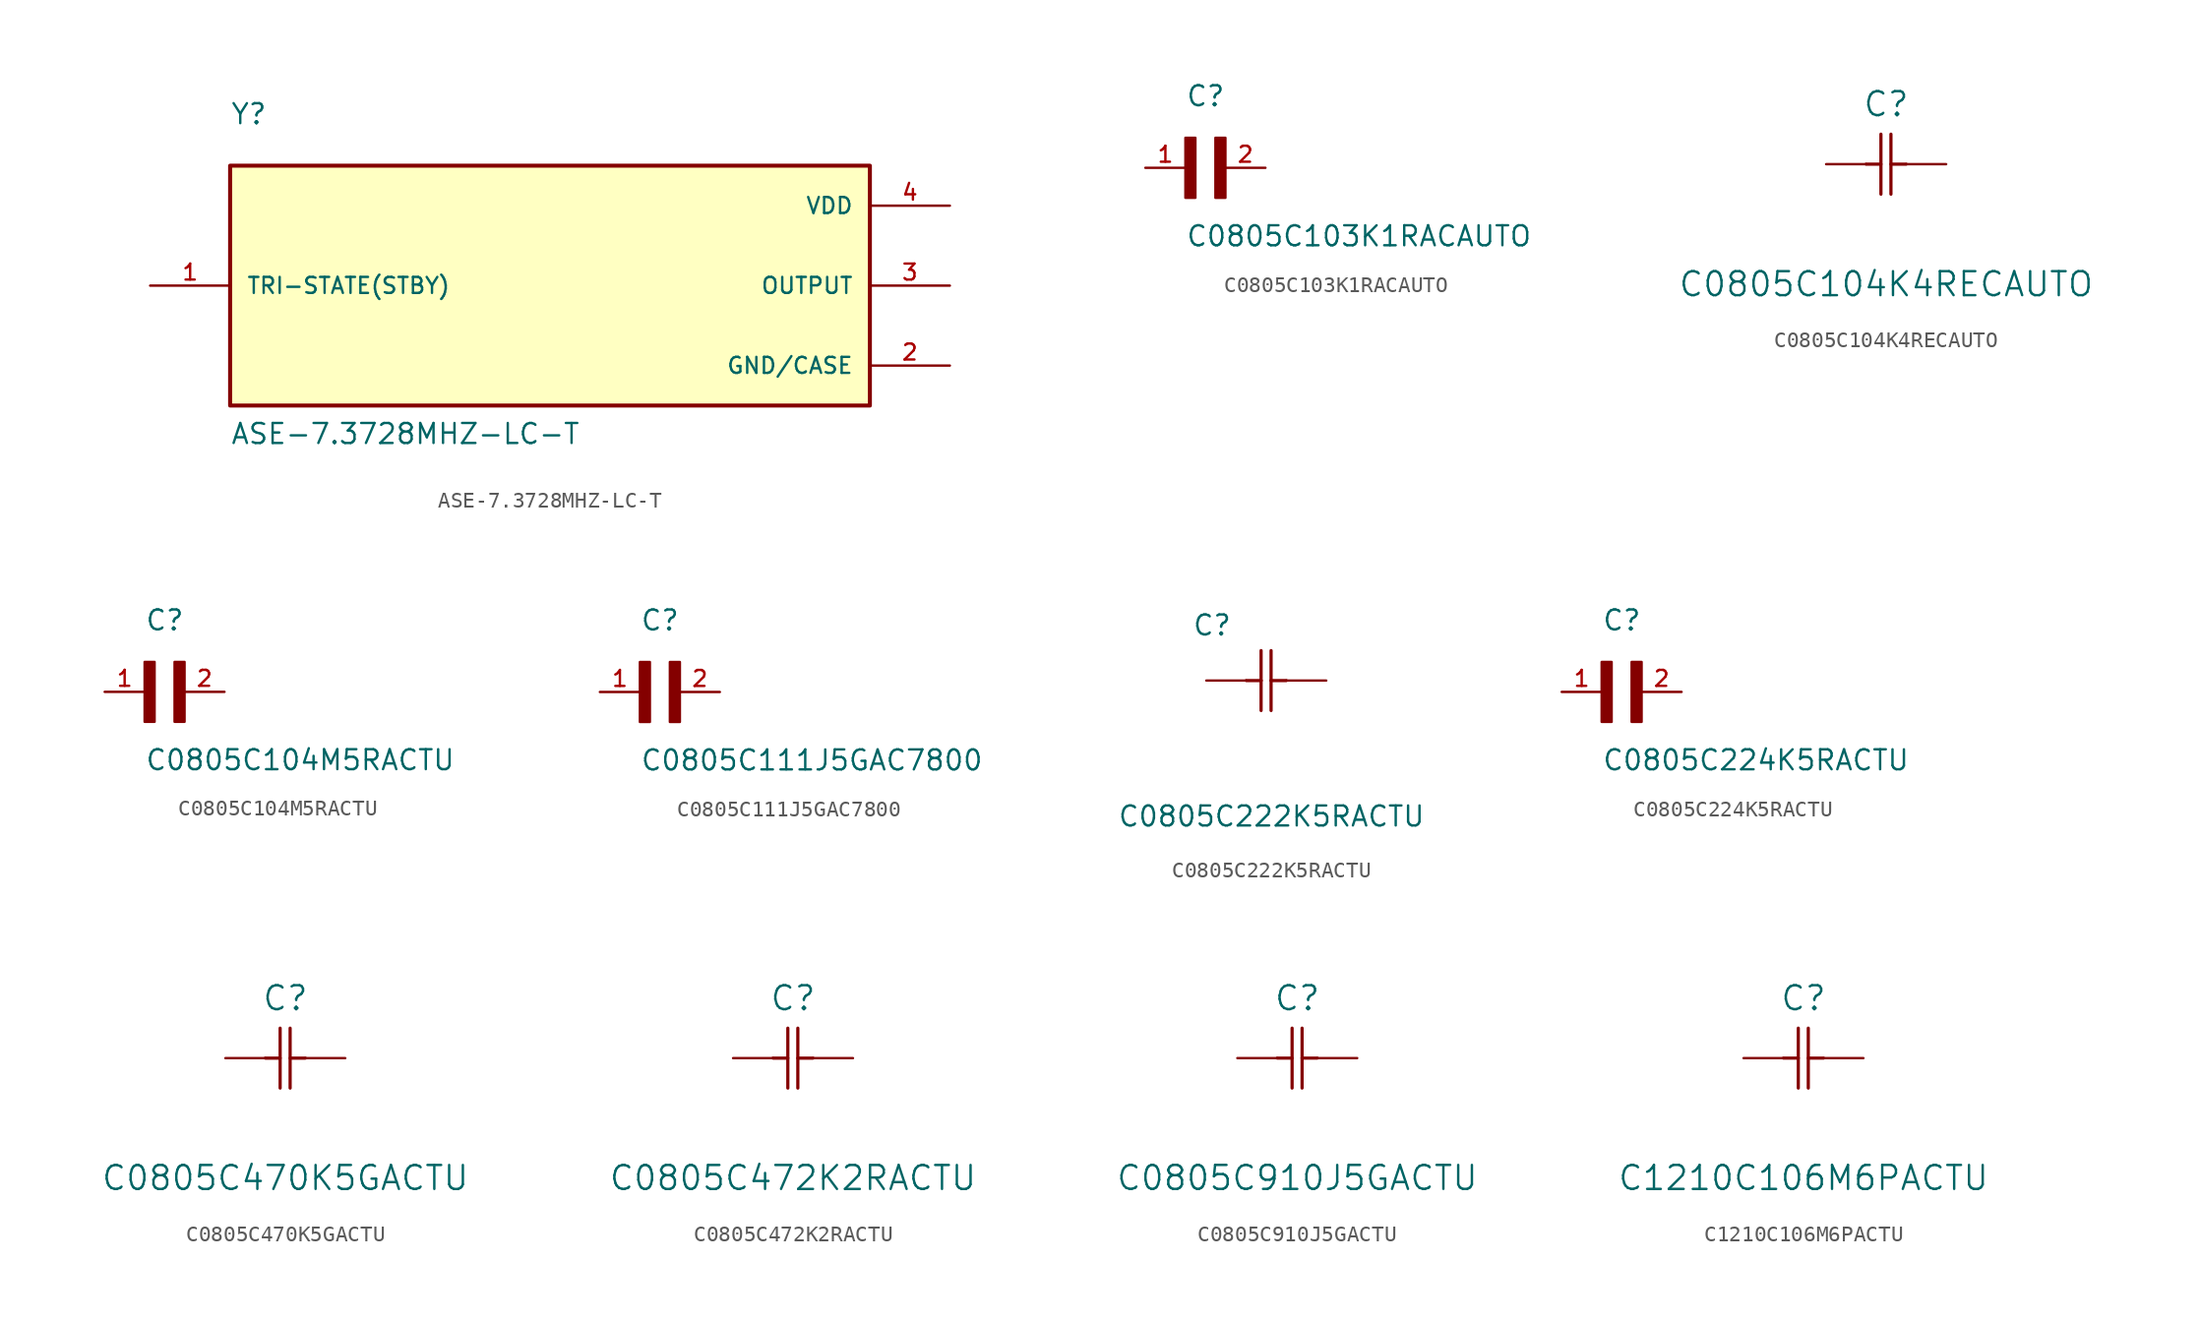
<source format=kicad_sym>
(kicad_symbol_lib
  (version 20220914)
  (generator kicad_symbol_editor)
  (symbol "ASE-7.3728MHZ-LC-T"
    (pin_names
      (offset 1.016))
    (property "Reference" "Y"
      (at -20.32 10.16 0)
      (effects (font (size 1.27 1.27)) (justify left bottom)))
    (property "Value" "ASE-7.3728MHZ-LC-T"
      (at -20.32 -10.16 0)
      (effects (font (size 1.27 1.27)) (justify left bottom)))
    (symbol "ASE-7.3728MHZ-LC-T_0_0"
      (rectangle (start -20.32 -7.62) (end 20.32 7.62) (stroke (width 0.254) (type default)) (fill (type background)))
      (pin passive line (at -25.4 0 0) (length 5.08) (name "TRI-STATE(STBY)" (effects (font (size 1.016 1.016)))) (number "1" (effects (font (size 1.016 1.016)))))
      (pin power_in line (at 25.4 -5.08 180) (length 5.08) (name "GND/CASE" (effects (font (size 1.016 1.016)))) (number "2" (effects (font (size 1.016 1.016)))))
      (pin output line (at 25.4 0 180) (length 5.08) (name "OUTPUT" (effects (font (size 1.016 1.016)))) (number "3" (effects (font (size 1.016 1.016)))))
      (pin power_in line (at 25.4 5.08 180) (length 5.08) (name "VDD" (effects (font (size 1.016 1.016)))) (number "4" (effects (font (size 1.016 1.016)))))))
  (symbol "C0805C103K1RACAUTO"
    (pin_names
      (offset 1.016) hide)
    (property "Reference" "C"
      (at 0 3.81 0)
      (effects (font (size 1.27 1.27)) (justify left bottom)))
    (property "Value" "C0805C103K1RACAUTO"
      (at 0 -5.08 0)
      (effects (font (size 1.27 1.27)) (justify left bottom)))
    (symbol "C0805C103K1RACAUTO_0_0"
      (rectangle (start 0 -1.905) (end 0.635 1.905) (stroke (width 0) (type default)) (fill (type outline)))
      (rectangle (start 1.905 -1.905) (end 2.54 1.905) (stroke (width 0) (type default)) (fill (type outline)))
      (pin passive line (at -2.54 0 0) (length 2.54) (name "~" (effects (font (size 1.016 1.016)))) (number "1" (effects (font (size 1.016 1.016)))))
      (pin passive line (at 5.08 0 180) (length 2.54) (name "~" (effects (font (size 1.016 1.016)))) (number "2" (effects (font (size 1.016 1.016)))))))
  (symbol "C0805C104K4RECAUTO"
    (pin_numbers hide)
    (pin_names
      (offset 1.651) hide)
    (property "Reference" "C"
      (at 3.81 3.81 0)
      (effects (font (size 1.524 1.524))))
    (property "Value" "C0805C104K4RECAUTO"
      (at 3.81 -7.62 0)
      (effects (font (size 1.524 1.524))))
    (property "Datasheet" ""
      (at 0 0 0)
      (effects (font (size 1.524 1.524))))
    (property "ki_locked" ""
      (at 0 0 0)
      (effects (font (size 1.27 1.27))))
    (symbol "C0805C104K4RECAUTO_1_1"
      (polyline (pts (xy 2.54 0) (xy 3.48 0)) (stroke (width 0.203) (type default)) (fill (type none)))
      (polyline (pts (xy 3.48 -1.905) (xy 3.48 1.905)) (stroke (width 0.203) (type default)) (fill (type none)))
      (polyline (pts (xy 4.115 -1.905) (xy 4.115 1.905)) (stroke (width 0.203) (type default)) (fill (type none)))
      (polyline (pts (xy 4.115 0) (xy 5.08 0)) (stroke (width 0.203) (type default)) (fill (type none)))
      (pin passive line (at 0 0 0) (length 2.54) (name "1" (effects (font (size 1.499 1.499)))) (number "1" (effects (font (size 1.499 1.499)))))
      (pin passive line (at 7.62 0 180) (length 2.54) (name "2" (effects (font (size 1.499 1.499)))) (number "2" (effects (font (size 1.499 1.499)))))))
  (symbol "C0805C104M5RACTU"
    (pin_names
      (offset 1.016) hide)
    (property "Reference" "C"
      (at 0 3.81 0)
      (effects (font (size 1.27 1.27)) (justify left bottom)))
    (property "Value" "C0805C104M5RACTU"
      (at 0 -5.08 0)
      (effects (font (size 1.27 1.27)) (justify left bottom)))
    (property "ki_locked" ""
      (at 0 0 0)
      (effects (font (size 1.27 1.27))))
    (symbol "C0805C104M5RACTU_0_0"
      (rectangle (start 0 -1.905) (end 0.635 1.905) (stroke (width 0) (type default)) (fill (type outline)))
      (rectangle (start 1.905 -1.905) (end 2.54 1.905) (stroke (width 0) (type default)) (fill (type outline)))
      (pin passive line (at -2.54 0 0) (length 2.54) (name "~" (effects (font (size 1.016 1.016)))) (number "1" (effects (font (size 1.016 1.016)))))
      (pin passive line (at 5.08 0 180) (length 2.54) (name "~" (effects (font (size 1.016 1.016)))) (number "2" (effects (font (size 1.016 1.016)))))))
  (symbol "C0805C111J5GAC7800"
    (pin_names
      (offset 1.016) hide)
    (property "Reference" "C"
      (at 0 3.81 0)
      (effects (font (size 1.27 1.27)) (justify left bottom)))
    (property "Value" "C0805C111J5GAC7800"
      (at 0 -5.08 0)
      (effects (font (size 1.27 1.27)) (justify left bottom)))
    (property "ki_locked" ""
      (at 0 0 0)
      (effects (font (size 1.27 1.27))))
    (symbol "C0805C111J5GAC7800_0_0"
      (rectangle (start 0 -1.905) (end 0.635 1.905) (stroke (width 0) (type default)) (fill (type outline)))
      (rectangle (start 1.905 -1.905) (end 2.54 1.905) (stroke (width 0) (type default)) (fill (type outline)))
      (pin passive line (at -2.54 0 0) (length 2.54) (name "~" (effects (font (size 1.016 1.016)))) (number "1" (effects (font (size 1.016 1.016)))))
      (pin passive line (at 5.08 0 180) (length 2.54) (name "~" (effects (font (size 1.016 1.016)))) (number "2" (effects (font (size 1.016 1.016)))))))
  (symbol "C0805C222K5RACTU"
    (pin_numbers hide)
    (pin_names
      (offset 1.016) hide)
    (property "Reference" "C"
      (at -0.914 2.769 0)
      (effects (font (size 1.27 1.27)) (justify left bottom)))
    (property "Value" "C0805C222K5RACTU"
      (at -5.664 -9.373 0)
      (effects (font (size 1.27 1.27)) (justify left bottom)))
    (symbol "C0805C222K5RACTU_0_0"
      (polyline (pts (xy 2.54 0) (xy 3.48 0)) (stroke (width 0.203) (type default)) (fill (type none)))
      (polyline (pts (xy 3.48 -1.905) (xy 3.48 0)) (stroke (width 0.203) (type default)) (fill (type none)))
      (polyline (pts (xy 3.48 0) (xy 3.48 1.905)) (stroke (width 0.203) (type default)) (fill (type none)))
      (polyline (pts (xy 4.115 -1.905) (xy 4.115 0)) (stroke (width 0.203) (type default)) (fill (type none)))
      (polyline (pts (xy 4.115 0) (xy 4.115 1.905)) (stroke (width 0.203) (type default)) (fill (type none)))
      (polyline (pts (xy 4.115 0) (xy 5.08 0)) (stroke (width 0.203) (type default)) (fill (type none)))
      (pin passive line (at 0 0 0) (length 2.54) (name "~" (effects (font (size 1.016 1.016)))) (number "1" (effects (font (size 1.016 1.016)))))
      (pin passive line (at 7.62 0 180) (length 2.54) (name "~" (effects (font (size 1.016 1.016)))) (number "2" (effects (font (size 1.016 1.016)))))))
  (symbol "C0805C224K5RACTU"
    (pin_names
      (offset 1.016) hide)
    (property "Reference" "C"
      (at 0 3.81 0)
      (effects (font (size 1.27 1.27)) (justify left bottom)))
    (property "Value" "C0805C224K5RACTU"
      (at 0 -5.08 0)
      (effects (font (size 1.27 1.27)) (justify left bottom)))
    (property "ki_locked" ""
      (at 0 0 0)
      (effects (font (size 1.27 1.27))))
    (symbol "C0805C224K5RACTU_0_0"
      (rectangle (start 0 -1.905) (end 0.635 1.905) (stroke (width 0) (type default)) (fill (type outline)))
      (rectangle (start 1.905 -1.905) (end 2.54 1.905) (stroke (width 0) (type default)) (fill (type outline)))
      (pin passive line (at -2.54 0 0) (length 2.54) (name "~" (effects (font (size 1.016 1.016)))) (number "1" (effects (font (size 1.016 1.016)))))
      (pin passive line (at 5.08 0 180) (length 2.54) (name "~" (effects (font (size 1.016 1.016)))) (number "2" (effects (font (size 1.016 1.016)))))))
  (symbol "C0805C470K5GACTU"
    (pin_numbers hide)
    (pin_names
      (offset 1.651) hide)
    (property "Reference" "C"
      (at 3.81 3.81 0)
      (effects (font (size 1.524 1.524))))
    (property "Value" "C0805C470K5GACTU"
      (at 3.81 -7.62 0)
      (effects (font (size 1.524 1.524))))
    (property "Datasheet" ""
      (at 0 0 0)
      (effects (font (size 1.524 1.524))))
    (property "ki_locked" ""
      (at 0 0 0)
      (effects (font (size 1.27 1.27))))
    (symbol "C0805C470K5GACTU_1_1"
      (polyline (pts (xy 2.54 0) (xy 3.48 0)) (stroke (width 0.203) (type default)) (fill (type none)))
      (polyline (pts (xy 3.48 -1.905) (xy 3.48 1.905)) (stroke (width 0.203) (type default)) (fill (type none)))
      (polyline (pts (xy 4.115 -1.905) (xy 4.115 1.905)) (stroke (width 0.203) (type default)) (fill (type none)))
      (polyline (pts (xy 4.115 0) (xy 5.08 0)) (stroke (width 0.203) (type default)) (fill (type none)))
      (pin passive line (at 0 0 0) (length 2.54) (name "1" (effects (font (size 1.499 1.499)))) (number "1" (effects (font (size 1.499 1.499)))))
      (pin passive line (at 7.62 0 180) (length 2.54) (name "2" (effects (font (size 1.499 1.499)))) (number "2" (effects (font (size 1.499 1.499)))))))
  (symbol "C0805C472K2RACTU"
    (pin_numbers hide)
    (pin_names
      (offset 1.651) hide)
    (property "Reference" "C"
      (at 3.81 3.81 0)
      (effects (font (size 1.524 1.524))))
    (property "Value" "C0805C472K2RACTU"
      (at 3.81 -7.62 0)
      (effects (font (size 1.524 1.524))))
    (property "Datasheet" ""
      (at 0 0 0)
      (effects (font (size 1.524 1.524))))
    (property "ki_locked" ""
      (at 0 0 0)
      (effects (font (size 1.27 1.27))))
    (symbol "C0805C472K2RACTU_1_1"
      (polyline (pts (xy 2.54 0) (xy 3.48 0)) (stroke (width 0.203) (type default)) (fill (type none)))
      (polyline (pts (xy 3.48 -1.905) (xy 3.48 1.905)) (stroke (width 0.203) (type default)) (fill (type none)))
      (polyline (pts (xy 4.115 -1.905) (xy 4.115 1.905)) (stroke (width 0.203) (type default)) (fill (type none)))
      (polyline (pts (xy 4.115 0) (xy 5.08 0)) (stroke (width 0.203) (type default)) (fill (type none)))
      (pin passive line (at 0 0 0) (length 2.54) (name "1" (effects (font (size 1.499 1.499)))) (number "1" (effects (font (size 1.499 1.499)))))
      (pin passive line (at 7.62 0 180) (length 2.54) (name "2" (effects (font (size 1.499 1.499)))) (number "2" (effects (font (size 1.499 1.499)))))))
  (symbol "C0805C910J5GACTU"
    (pin_numbers hide)
    (pin_names
      (offset 1.651) hide)
    (property "Reference" "C"
      (at 3.81 3.81 0)
      (effects (font (size 1.524 1.524))))
    (property "Value" "C0805C910J5GACTU"
      (at 3.81 -7.62 0)
      (effects (font (size 1.524 1.524))))
    (property "Datasheet" ""
      (at 0 0 0)
      (effects (font (size 1.524 1.524))))
    (property "ki_locked" ""
      (at 0 0 0)
      (effects (font (size 1.27 1.27))))
    (symbol "C0805C910J5GACTU_1_1"
      (polyline (pts (xy 2.54 0) (xy 3.48 0)) (stroke (width 0.203) (type default)) (fill (type none)))
      (polyline (pts (xy 3.48 -1.905) (xy 3.48 1.905)) (stroke (width 0.203) (type default)) (fill (type none)))
      (polyline (pts (xy 4.115 -1.905) (xy 4.115 1.905)) (stroke (width 0.203) (type default)) (fill (type none)))
      (polyline (pts (xy 4.115 0) (xy 5.08 0)) (stroke (width 0.203) (type default)) (fill (type none)))
      (pin passive line (at 0 0 0) (length 2.54) (name "1" (effects (font (size 1.499 1.499)))) (number "1" (effects (font (size 1.499 1.499)))))
      (pin passive line (at 7.62 0 180) (length 2.54) (name "2" (effects (font (size 1.499 1.499)))) (number "2" (effects (font (size 1.499 1.499)))))))
  (symbol "C1210C106M6PACTU"
    (pin_numbers hide)
    (pin_names
      (offset 1.651) hide)
    (property "Reference" "C"
      (at 3.81 3.81 0)
      (effects (font (size 1.524 1.524))))
    (property "Value" "C1210C106M6PACTU"
      (at 3.81 -7.62 0)
      (effects (font (size 1.524 1.524))))
    (property "Datasheet" ""
      (at 0 0 0)
      (effects (font (size 1.524 1.524))))
    (property "ki_locked" ""
      (at 0 0 0)
      (effects (font (size 1.27 1.27))))
    (symbol "C1210C106M6PACTU_1_1"
      (polyline (pts (xy 2.54 0) (xy 3.48 0)) (stroke (width 0.203) (type default)) (fill (type none)))
      (polyline (pts (xy 3.48 -1.905) (xy 3.48 1.905)) (stroke (width 0.203) (type default)) (fill (type none)))
      (polyline (pts (xy 4.115 -1.905) (xy 4.115 1.905)) (stroke (width 0.203) (type default)) (fill (type none)))
      (polyline (pts (xy 4.115 0) (xy 5.08 0)) (stroke (width 0.203) (type default)) (fill (type none)))
      (pin passive line (at 0 0 0) (length 2.54) (name "1" (effects (font (size 1.499 1.499)))) (number "1" (effects (font (size 1.499 1.499)))))
      (pin passive line (at 7.62 0 180) (length 2.54) (name "2" (effects (font (size 1.499 1.499)))) (number "2" (effects (font (size 1.499 1.499))))))))
</source>
